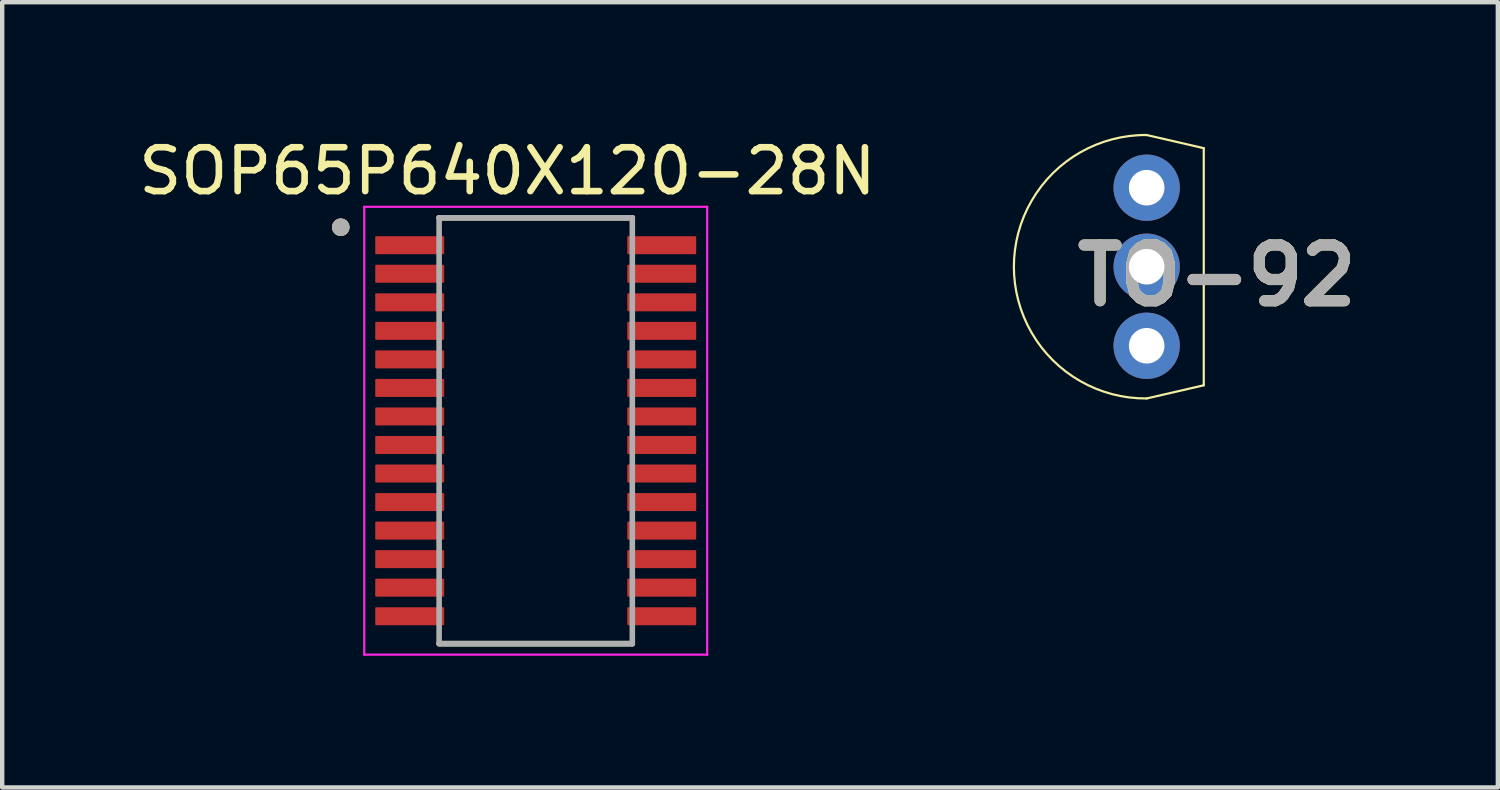
<source format=kicad_pcb>
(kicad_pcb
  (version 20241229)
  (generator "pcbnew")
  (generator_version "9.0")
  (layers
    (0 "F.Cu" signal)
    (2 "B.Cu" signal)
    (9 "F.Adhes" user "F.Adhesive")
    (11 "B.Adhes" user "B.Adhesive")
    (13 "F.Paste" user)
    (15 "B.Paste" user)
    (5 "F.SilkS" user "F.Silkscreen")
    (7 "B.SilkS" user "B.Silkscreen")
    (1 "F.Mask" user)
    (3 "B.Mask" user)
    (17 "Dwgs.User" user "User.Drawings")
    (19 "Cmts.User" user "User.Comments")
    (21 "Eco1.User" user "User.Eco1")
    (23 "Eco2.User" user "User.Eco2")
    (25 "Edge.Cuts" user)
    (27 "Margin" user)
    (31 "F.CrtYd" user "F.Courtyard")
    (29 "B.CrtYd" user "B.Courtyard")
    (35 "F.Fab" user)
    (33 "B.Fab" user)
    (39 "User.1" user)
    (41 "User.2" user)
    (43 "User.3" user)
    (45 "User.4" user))
  (footprint "TO-92"
    (layer "F.Cu")
    (at 23.066 3.025)
    (property "Reference" "TO-92" (at 1.6 0.2 0) (layer "F.SilkS") (effects (font (size 1.27 1.27) (thickness 0.254))))
    (attr through_hole)
    (fp_line (start 0 -3) (end 1.3 -2.7) (stroke (width 0.05) (type solid)) (layer "F.SilkS"))
    (fp_line (start 1.3 -2.7) (end 1.3 2.7) (stroke (width 0.05) (type solid)) (layer "F.SilkS"))
    (fp_line (start 1.3 2.7) (end 0 3) (stroke (width 0.05) (type solid)) (layer "F.SilkS"))
    (fp_arc (start 0.000528 2.999995) (mid -3.028671 0.000264) (end 0 -3) (stroke (width 0.05) (type solid)) (layer "F.SilkS"))
    (fp_text user "${REFERENCE}" (at 1.6 0.2 0) (layer "F.Fab") (effects (font (size 1.27 1.27) (thickness 0.254))))
    (pad "1" thru_hole circle (at 0 1.8) (size 1.51 1.51) (drill 0.81) (layers "*.Cu" "*.Mask"))
    (pad "2" thru_hole circle (at 0 0) (size 1.51 1.51) (drill 0.81) (layers "*.Cu" "*.Mask"))
    (pad "3" thru_hole circle (at 0 -1.8) (size 1.51 1.51) (drill 0.81) (layers "*.Cu" "*.Mask")))
  (footprint "SOP65P640X120-28N"
    (layer "F.Cu")
    (at 9.151 6.76)
    (property "Reference" "SOP65P640X120-28N" (at -0.645 -5.912 0) (layer "F.SilkS") (effects (font (size 1 1) (thickness 0.15))))
    (attr through_hole)
    (fp_line (start -2.2 -4.85) (end 2.2 -4.85) (stroke (width 0.127) (type solid)) (layer "F.SilkS"))
    (fp_line (start -2.2 4.85) (end 2.2 4.85) (stroke (width 0.127) (type solid)) (layer "F.SilkS"))
    (fp_circle (center -4.44 -4.635) (end -4.34 -4.635) (stroke (width 0.2) (type solid)) (fill no) (layer "F.SilkS"))
    (fp_line (start -3.905 -5.1) (end -3.905 5.1) (stroke (width 0.05) (type solid)) (layer "F.CrtYd"))
    (fp_line (start -3.905 -5.1) (end 3.905 -5.1) (stroke (width 0.05) (type solid)) (layer "F.CrtYd"))
    (fp_line (start -3.905 5.1) (end 3.905 5.1) (stroke (width 0.05) (type solid)) (layer "F.CrtYd"))
    (fp_line (start 3.905 -5.1) (end 3.905 5.1) (stroke (width 0.05) (type solid)) (layer "F.CrtYd"))
    (fp_line (start -2.2 -4.85) (end -2.2 4.85) (stroke (width 0.127) (type solid)) (layer "F.Fab"))
    (fp_line (start -2.2 -4.85) (end 2.2 -4.85) (stroke (width 0.127) (type solid)) (layer "F.Fab"))
    (fp_line (start -2.2 4.85) (end 2.2 4.85) (stroke (width 0.127) (type solid)) (layer "F.Fab"))
    (fp_line (start 2.2 -4.85) (end 2.2 4.85) (stroke (width 0.127) (type solid)) (layer "F.Fab"))
    (fp_circle (center -4.44 -4.635) (end -4.34 -4.635) (stroke (width 0.2) (type solid)) (fill no) (layer "F.Fab"))
    (pad "1" smd roundrect (at -2.87 -4.225) (size 1.57 0.41) (layers "F.Cu" "F.Mask" "F.Paste") (roundrect_rratio 0.05))
    (pad "2" smd roundrect (at -2.87 -3.575) (size 1.57 0.41) (layers "F.Cu" "F.Mask" "F.Paste") (roundrect_rratio 0.05))
    (pad "3" smd roundrect (at -2.87 -2.925) (size 1.57 0.41) (layers "F.Cu" "F.Mask" "F.Paste") (roundrect_rratio 0.05))
    (pad "4" smd roundrect (at -2.87 -2.275) (size 1.57 0.41) (layers "F.Cu" "F.Mask" "F.Paste") (roundrect_rratio 0.05))
    (pad "5" smd roundrect (at -2.87 -1.625) (size 1.57 0.41) (layers "F.Cu" "F.Mask" "F.Paste") (roundrect_rratio 0.05))
    (pad "6" smd roundrect (at -2.87 -0.975) (size 1.57 0.41) (layers "F.Cu" "F.Mask" "F.Paste") (roundrect_rratio 0.05))
    (pad "7" smd roundrect (at -2.87 -0.325) (size 1.57 0.41) (layers "F.Cu" "F.Mask" "F.Paste") (roundrect_rratio 0.05))
    (pad "8" smd roundrect (at -2.87 0.325) (size 1.57 0.41) (layers "F.Cu" "F.Mask" "F.Paste") (roundrect_rratio 0.05))
    (pad "9" smd roundrect (at -2.87 0.975) (size 1.57 0.41) (layers "F.Cu" "F.Mask" "F.Paste") (roundrect_rratio 0.05))
    (pad "10" smd roundrect (at -2.87 1.625) (size 1.57 0.41) (layers "F.Cu" "F.Mask" "F.Paste") (roundrect_rratio 0.05))
    (pad "11" smd roundrect (at -2.87 2.275) (size 1.57 0.41) (layers "F.Cu" "F.Mask" "F.Paste") (roundrect_rratio 0.05))
    (pad "12" smd roundrect (at -2.87 2.925) (size 1.57 0.41) (layers "F.Cu" "F.Mask" "F.Paste") (roundrect_rratio 0.05))
    (pad "13" smd roundrect (at -2.87 3.575) (size 1.57 0.41) (layers "F.Cu" "F.Mask" "F.Paste") (roundrect_rratio 0.05))
    (pad "14" smd roundrect (at -2.87 4.225) (size 1.57 0.41) (layers "F.Cu" "F.Mask" "F.Paste") (roundrect_rratio 0.05))
    (pad "15" smd roundrect (at 2.87 4.225) (size 1.57 0.41) (layers "F.Cu" "F.Mask" "F.Paste") (roundrect_rratio 0.05))
    (pad "16" smd roundrect (at 2.87 3.575) (size 1.57 0.41) (layers "F.Cu" "F.Mask" "F.Paste") (roundrect_rratio 0.05))
    (pad "17" smd roundrect (at 2.87 2.925) (size 1.57 0.41) (layers "F.Cu" "F.Mask" "F.Paste") (roundrect_rratio 0.05))
    (pad "18" smd roundrect (at 2.87 2.275) (size 1.57 0.41) (layers "F.Cu" "F.Mask" "F.Paste") (roundrect_rratio 0.05))
    (pad "19" smd roundrect (at 2.87 1.625) (size 1.57 0.41) (layers "F.Cu" "F.Mask" "F.Paste") (roundrect_rratio 0.05))
    (pad "20" smd roundrect (at 2.87 0.975) (size 1.57 0.41) (layers "F.Cu" "F.Mask" "F.Paste") (roundrect_rratio 0.05))
    (pad "21" smd roundrect (at 2.87 0.325) (size 1.57 0.41) (layers "F.Cu" "F.Mask" "F.Paste") (roundrect_rratio 0.05))
    (pad "22" smd roundrect (at 2.87 -0.325) (size 1.57 0.41) (layers "F.Cu" "F.Mask" "F.Paste") (roundrect_rratio 0.05))
    (pad "23" smd roundrect (at 2.87 -0.975) (size 1.57 0.41) (layers "F.Cu" "F.Mask" "F.Paste") (roundrect_rratio 0.05))
    (pad "24" smd roundrect (at 2.87 -1.625) (size 1.57 0.41) (layers "F.Cu" "F.Mask" "F.Paste") (roundrect_rratio 0.05))
    (pad "25" smd roundrect (at 2.87 -2.275) (size 1.57 0.41) (layers "F.Cu" "F.Mask" "F.Paste") (roundrect_rratio 0.05))
    (pad "26" smd roundrect (at 2.87 -2.925) (size 1.57 0.41) (layers "F.Cu" "F.Mask" "F.Paste") (roundrect_rratio 0.05))
    (pad "27" smd roundrect (at 2.87 -3.575) (size 1.57 0.41) (layers "F.Cu" "F.Mask" "F.Paste") (roundrect_rratio 0.05))
    (pad "28" smd roundrect (at 2.87 -4.225) (size 1.57 0.41) (layers "F.Cu" "F.Mask" "F.Paste") (roundrect_rratio 0.05)))
  (gr_rect
    (start -3 -3)
    (end 31.064 14.885)
    (stroke (width 0.1) (type default))
    (fill no)
    (layer "Edge.Cuts")))
</source>
